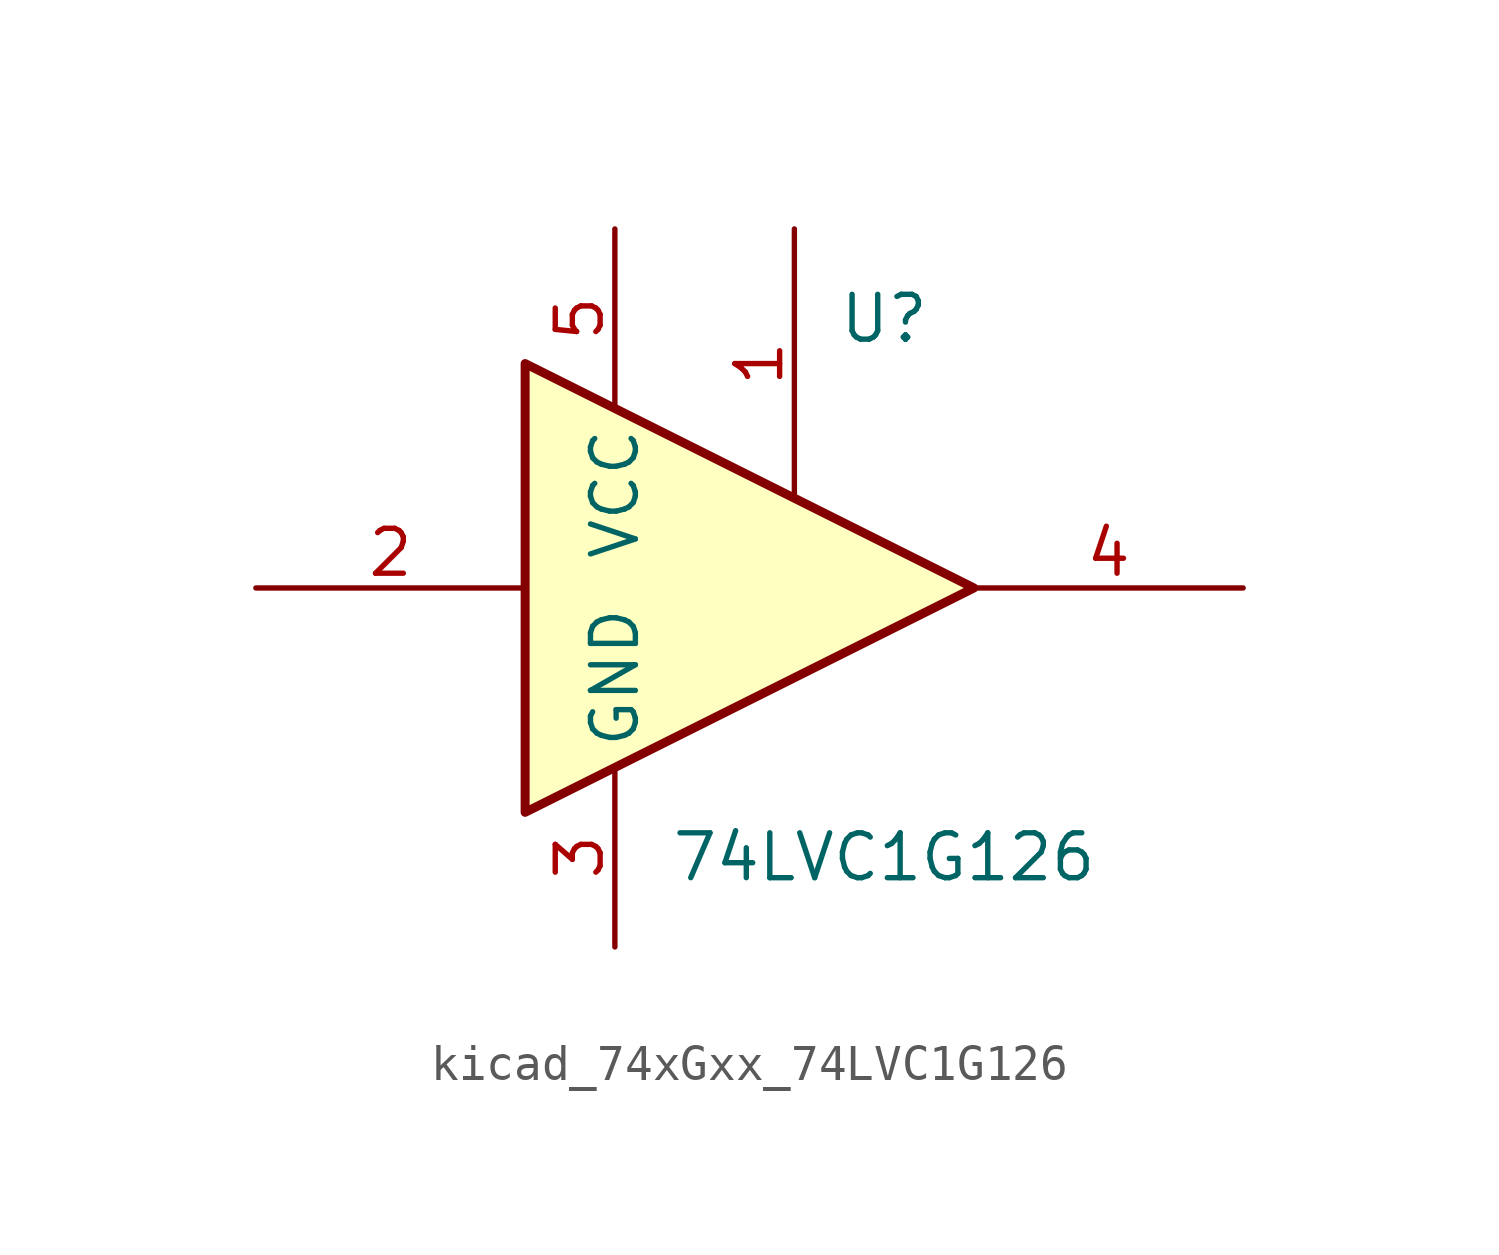
<source format=kicad_sym>
(kicad_symbol_lib
  (version 20220914)
  (generator kicad_symbol_editor)
  (symbol "kicad_74xGxx_74LVC1G126"
    (property "Reference" "U"
      (at 2.54 7.62 0)
      (effects (font (size 1.27 1.27))))
    (property "Value" "74LVC1G126"
      (at 2.54 -7.62 0)
      (effects (font (size 1.27 1.27))))
    (symbol "kicad_74xGxx_74LVC1G126_0_1"
      (polyline (pts (xy -7.62 6.35) (xy -7.62 -6.35) (xy 5.08 0) (xy -7.62 6.35)) (stroke (width 0.254) (type default)) (fill (type background))))
    (symbol "kicad_74xGxx_74LVC1G126_1_1"
      (pin input line (at 0 10.16 270) (length 7.62) (name "~" (effects (font (size 1.27 1.27)))) (number "1" (effects (font (size 1.27 1.27)))))
      (pin input line (at -15.24 0 0) (length 7.62) (name "~" (effects (font (size 1.27 1.27)))) (number "2" (effects (font (size 1.27 1.27)))))
      (pin power_in line (at -5.08 -10.16 90) (length 5.08) (name "GND" (effects (font (size 1.27 1.27)))) (number "3" (effects (font (size 1.27 1.27)))))
      (pin tri_state line (at 12.7 0 180) (length 7.62) (name "~" (effects (font (size 1.27 1.27)))) (number "4" (effects (font (size 1.27 1.27)))))
      (pin power_in line (at -5.08 10.16 270) (length 5.08) (name "VCC" (effects (font (size 1.27 1.27)))) (number "5" (effects (font (size 1.27 1.27))))))))
</source>
